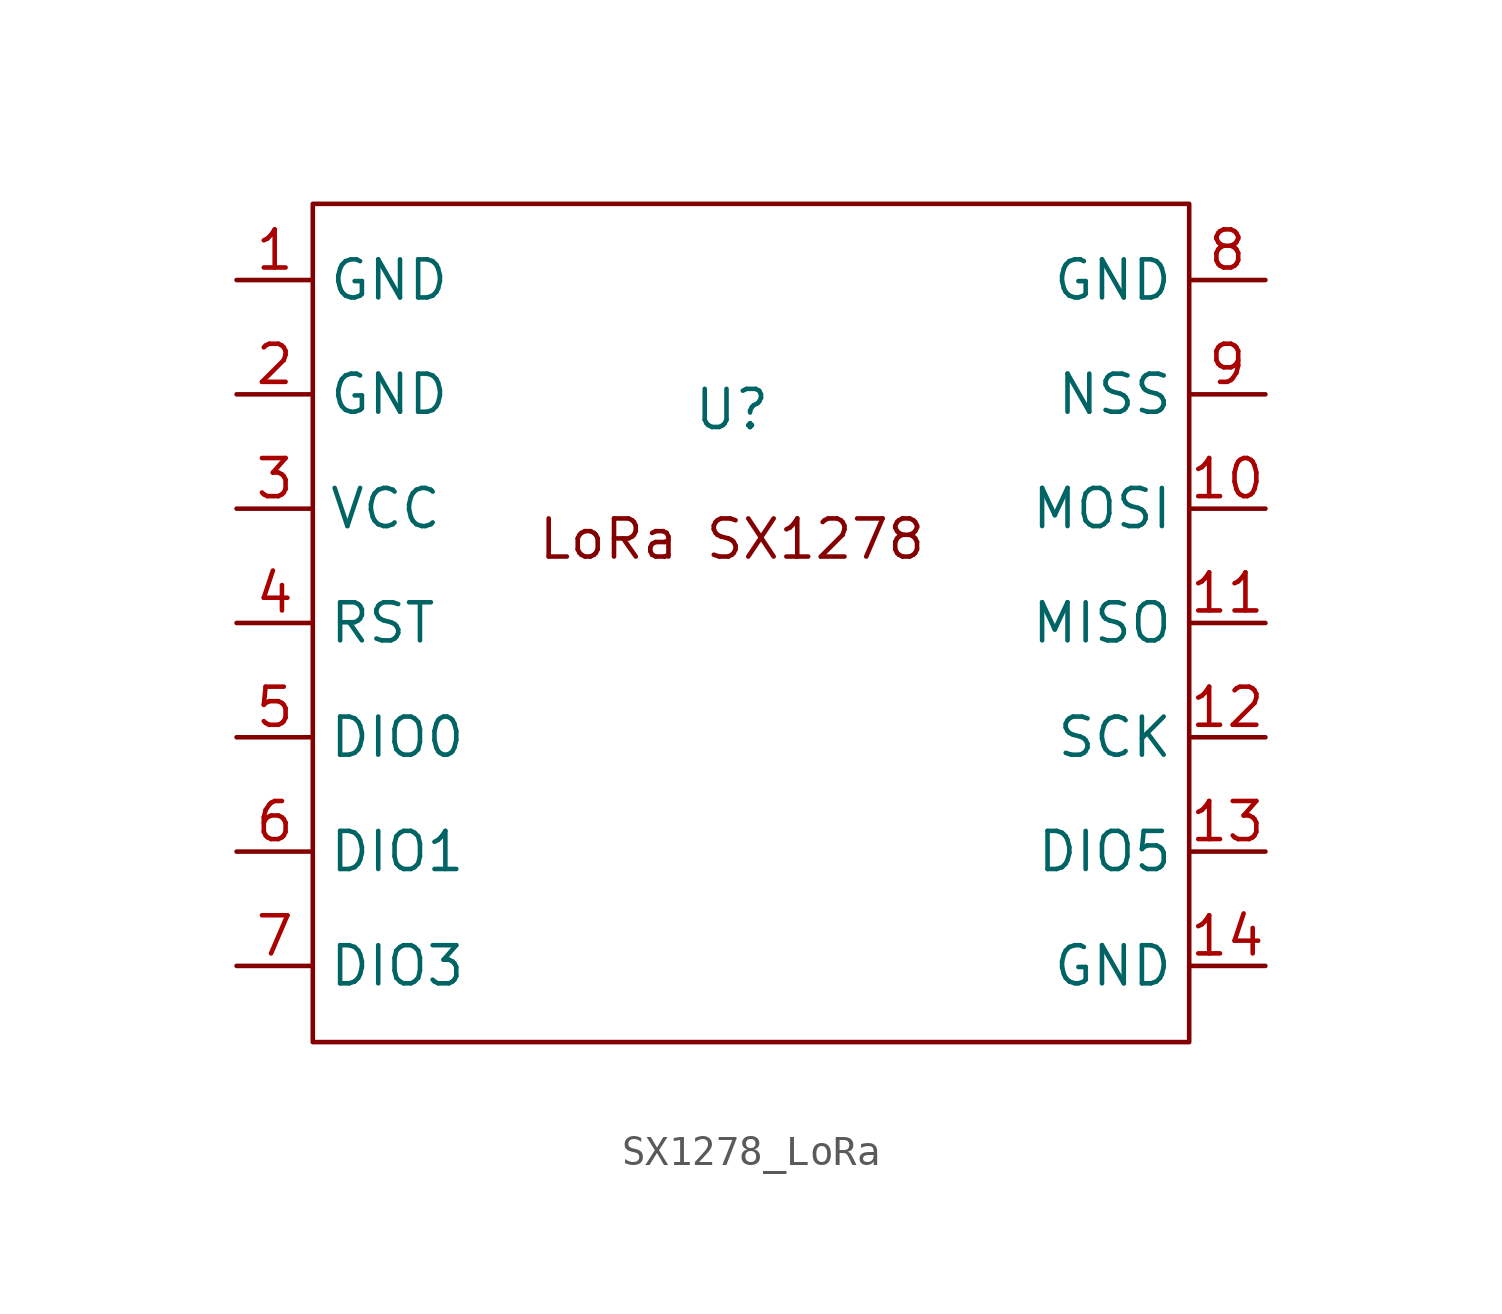
<source format=kicad_sym>
(kicad_symbol_lib
  (version 20241209)
  (generator "kicad_symbol_editor")
  (generator_version "9.0")
  (symbol "SX1278_LoRa"
    (property "Reference" "U"
      (at 0 4.572 0)
      (effects (font (size 1.27 1.27))))
    (property "Value" ""
      (at 0 0 0)
      (effects (font (size 1.27 1.27))))
    (symbol "SX1278_LoRa_0_1"
      (rectangle (start -13.97 11.43) (end 15.24 -16.51) (stroke (width 0) (type default)) (fill (type none))))
    (symbol "SX1278_LoRa_1_1"
      (text "LoRa SX1278\n" (at 0 0.254 0) (effects (font (size 1.27 1.27))))
      (pin bidirectional line (at -16.51 8.89 0) (length 2.54) (name "GND" (effects (font (size 1.27 1.27)))) (number "1" (effects (font (size 1.27 1.27)))))
      (pin bidirectional line (at -16.51 5.08 0) (length 2.54) (name "GND" (effects (font (size 1.27 1.27)))) (number "2" (effects (font (size 1.27 1.27)))))
      (pin bidirectional line (at -16.51 1.27 0) (length 2.54) (name "VCC" (effects (font (size 1.27 1.27)))) (number "3" (effects (font (size 1.27 1.27)))))
      (pin bidirectional line (at -16.51 -2.54 0) (length 2.54) (name "RST" (effects (font (size 1.27 1.27)))) (number "4" (effects (font (size 1.27 1.27)))))
      (pin bidirectional line (at -16.51 -6.35 0) (length 2.54) (name "DIO0" (effects (font (size 1.27 1.27)))) (number "5" (effects (font (size 1.27 1.27)))))
      (pin bidirectional line (at -16.51 -10.16 0) (length 2.54) (name "DIO1" (effects (font (size 1.27 1.27)))) (number "6" (effects (font (size 1.27 1.27)))))
      (pin bidirectional line (at -16.51 -13.97 0) (length 2.54) (name "DIO3" (effects (font (size 1.27 1.27)))) (number "7" (effects (font (size 1.27 1.27)))))
      (pin bidirectional line (at 17.78 8.89 180) (length 2.54) (name "GND" (effects (font (size 1.27 1.27)))) (number "8" (effects (font (size 1.27 1.27)))))
      (pin bidirectional line (at 17.78 5.08 180) (length 2.54) (name "NSS" (effects (font (size 1.27 1.27)))) (number "9" (effects (font (size 1.27 1.27)))))
      (pin bidirectional line (at 17.78 1.27 180) (length 2.54) (name "MOSI" (effects (font (size 1.27 1.27)))) (number "10" (effects (font (size 1.27 1.27)))))
      (pin bidirectional line (at 17.78 -2.54 180) (length 2.54) (name "MISO" (effects (font (size 1.27 1.27)))) (number "11" (effects (font (size 1.27 1.27)))))
      (pin bidirectional line (at 17.78 -6.35 180) (length 2.54) (name "SCK" (effects (font (size 1.27 1.27)))) (number "12" (effects (font (size 1.27 1.27)))))
      (pin bidirectional line (at 17.78 -10.16 180) (length 2.54) (name "DIO5" (effects (font (size 1.27 1.27)))) (number "13" (effects (font (size 1.27 1.27)))))
      (pin bidirectional line (at 17.78 -13.97 180) (length 2.54) (name "GND" (effects (font (size 1.27 1.27)))) (number "14" (effects (font (size 1.27 1.27))))))))
</source>
